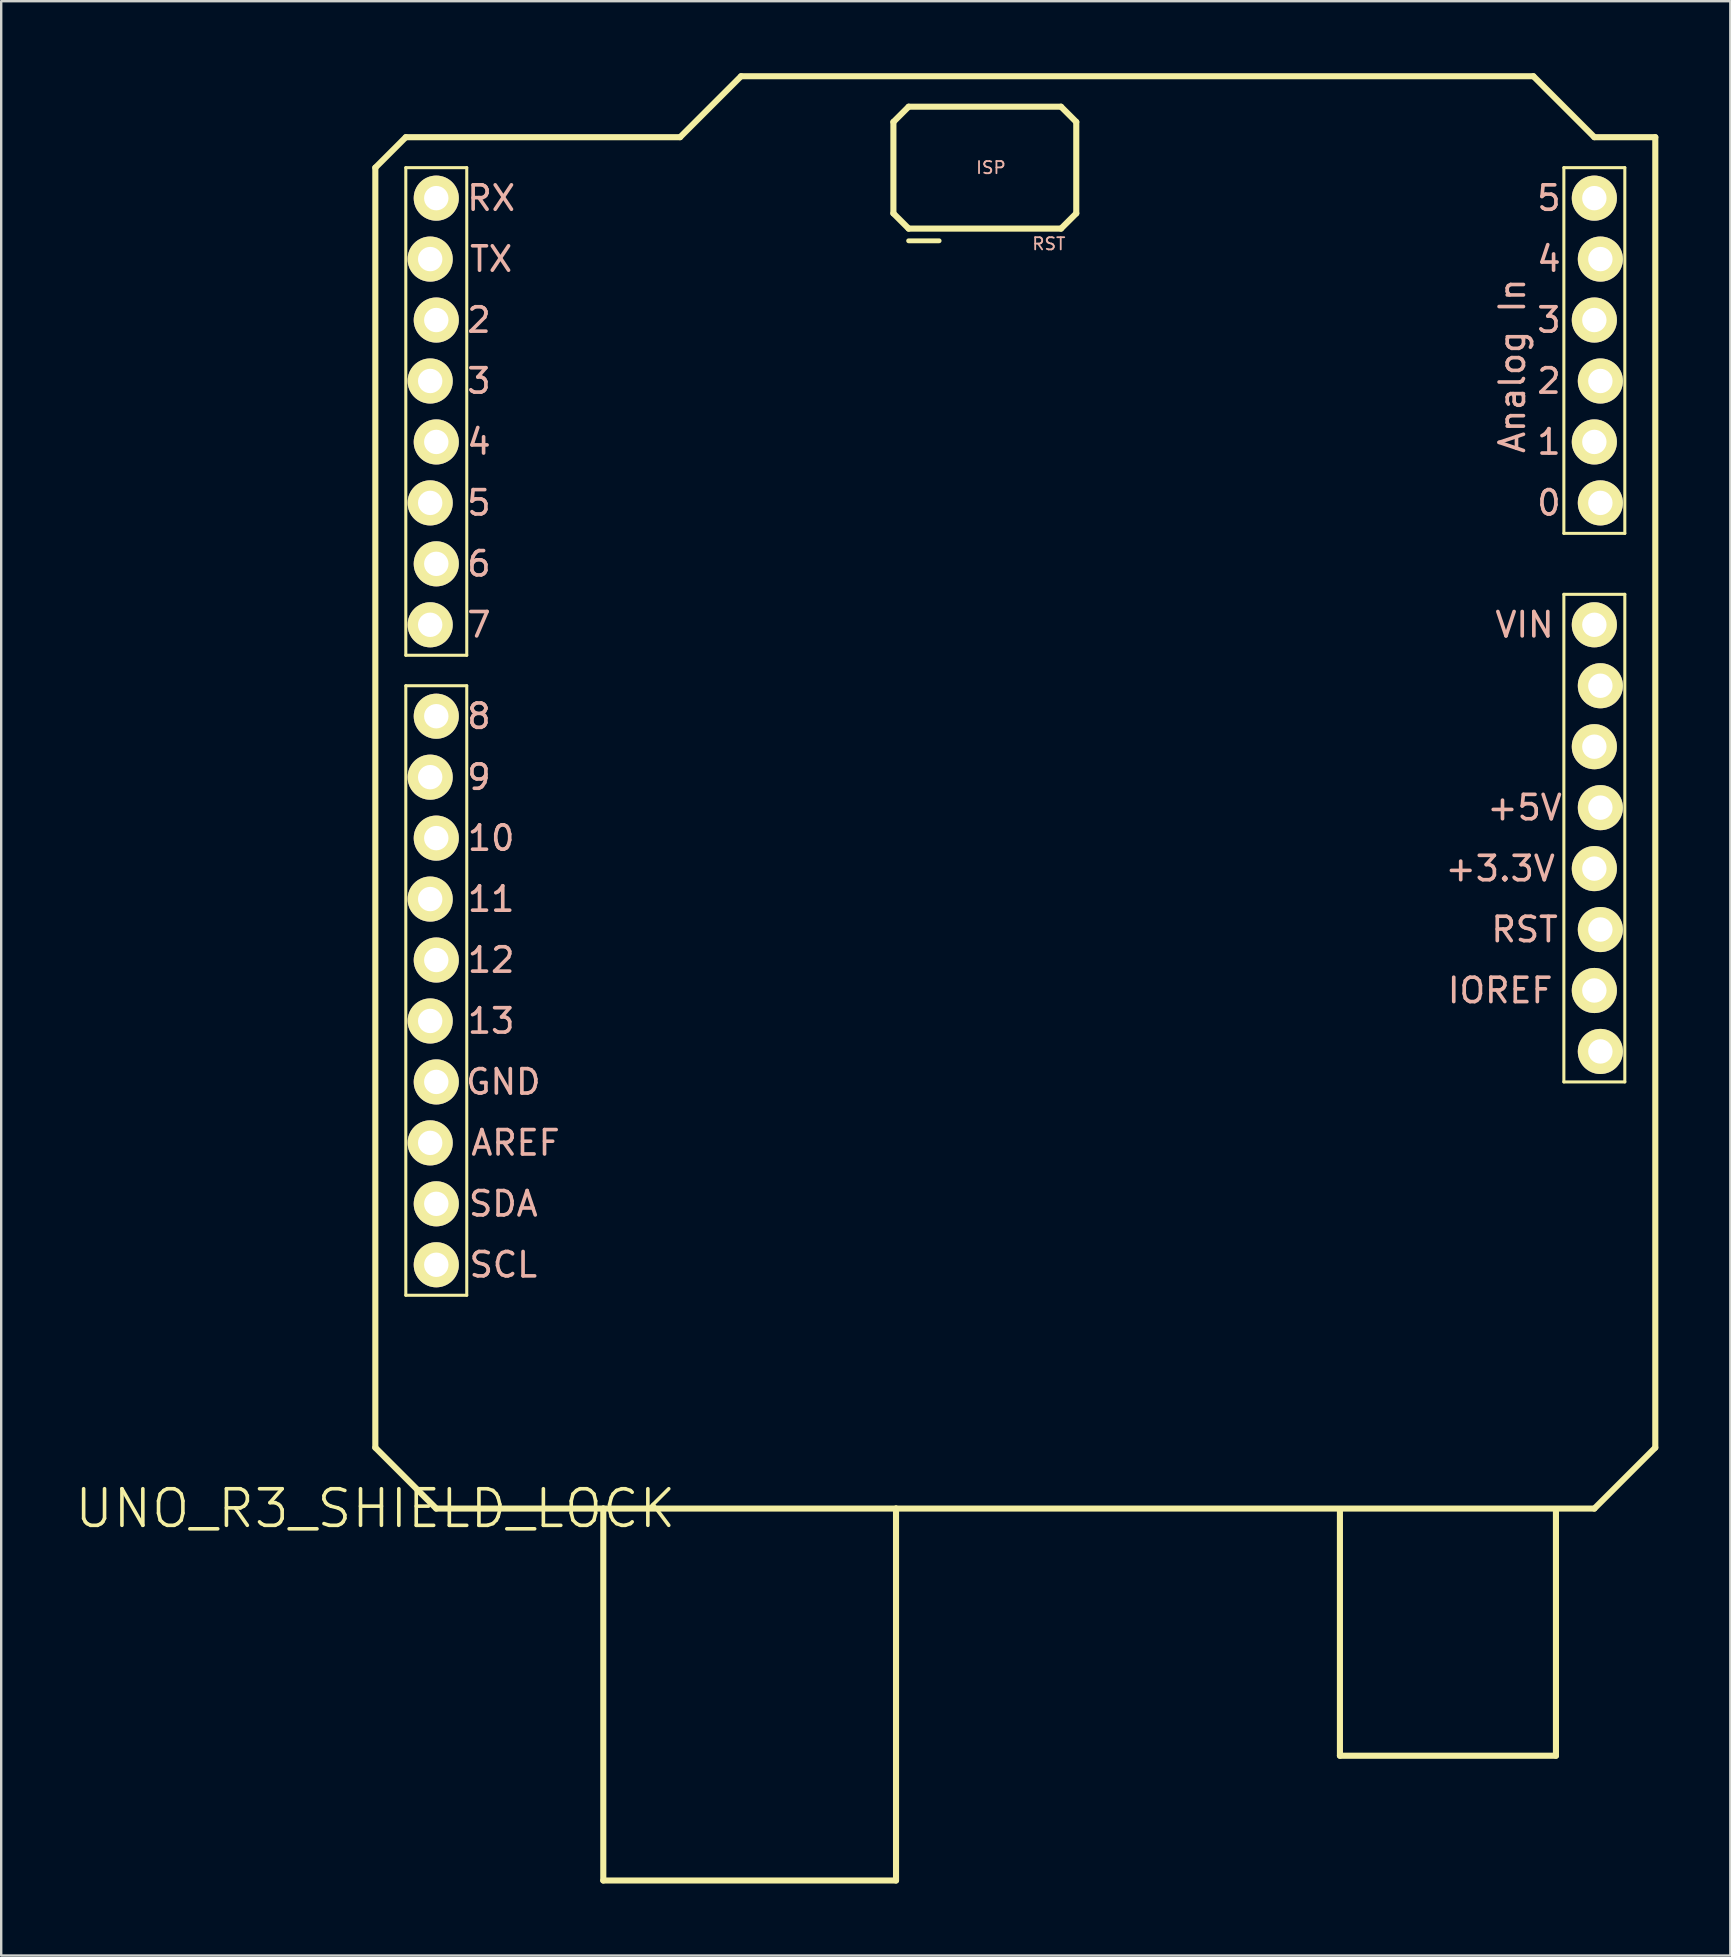
<source format=kicad_pcb>
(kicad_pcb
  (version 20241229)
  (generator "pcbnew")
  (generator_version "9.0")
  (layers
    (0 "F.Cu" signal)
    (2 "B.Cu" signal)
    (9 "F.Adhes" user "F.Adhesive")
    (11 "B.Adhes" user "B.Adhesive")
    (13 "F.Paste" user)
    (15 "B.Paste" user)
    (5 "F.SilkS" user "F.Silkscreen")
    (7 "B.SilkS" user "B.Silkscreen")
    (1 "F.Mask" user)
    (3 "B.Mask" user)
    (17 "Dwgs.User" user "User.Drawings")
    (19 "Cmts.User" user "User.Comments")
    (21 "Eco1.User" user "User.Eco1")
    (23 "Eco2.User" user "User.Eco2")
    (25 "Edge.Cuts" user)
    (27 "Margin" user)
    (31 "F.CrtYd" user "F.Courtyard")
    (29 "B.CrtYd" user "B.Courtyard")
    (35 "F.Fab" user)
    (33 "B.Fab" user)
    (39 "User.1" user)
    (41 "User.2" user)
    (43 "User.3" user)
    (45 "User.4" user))
  (footprint "UNO_R3_SHIELD_LOCK"
    (layer "F.Cu")
    (at 12.591 59.817)
    (property "Reference" "UNO_R3_SHIELD_LOCK" (at 0 0 0) (layer "F.SilkS") (effects (font (size 1.524 1.524) (thickness 0.15))))
    (attr exclude_from_pos_files exclude_from_bom)
    (fp_line (start 0 -55.88) (end 0 -2.54) (stroke (width 0.254) (type solid)) (layer "F.SilkS"))
    (fp_line (start 0 -2.54) (end 2.54 0) (stroke (width 0.254) (type solid)) (layer "F.SilkS"))
    (fp_line (start 1.27 -57.15) (end 0 -55.88) (stroke (width 0.254) (type solid)) (layer "F.SilkS"))
    (fp_line (start 1.27 -55.88) (end 3.81 -55.88) (stroke (width 0.127) (type solid)) (layer "F.SilkS"))
    (fp_line (start 1.27 -35.56) (end 1.27 -55.88) (stroke (width 0.127) (type solid)) (layer "F.SilkS"))
    (fp_line (start 1.27 -34.29) (end 3.81 -34.29) (stroke (width 0.127) (type solid)) (layer "F.SilkS"))
    (fp_line (start 1.27 -8.89) (end 1.27 -34.29) (stroke (width 0.127) (type solid)) (layer "F.SilkS"))
    (fp_line (start 2.54 0) (end 9.5 0) (stroke (width 0.254) (type solid)) (layer "F.SilkS"))
    (fp_line (start 3.81 -55.88) (end 3.81 -35.56) (stroke (width 0.127) (type solid)) (layer "F.SilkS"))
    (fp_line (start 3.81 -35.56) (end 1.27 -35.56) (stroke (width 0.127) (type solid)) (layer "F.SilkS"))
    (fp_line (start 3.81 -34.29) (end 3.81 -8.89) (stroke (width 0.127) (type solid)) (layer "F.SilkS"))
    (fp_line (start 3.81 -8.89) (end 1.27 -8.89) (stroke (width 0.127) (type solid)) (layer "F.SilkS"))
    (fp_line (start 9.5 0) (end 21.699 0) (stroke (width 0.254) (type solid)) (layer "F.SilkS"))
    (fp_line (start 9.5 15.499) (end 9.5 0) (stroke (width 0.254) (type solid)) (layer "F.SilkS"))
    (fp_line (start 9.5 15.499) (end 21.699 15.499) (stroke (width 0.254) (type solid)) (layer "F.SilkS"))
    (fp_line (start 12.7 -57.15) (end 1.27 -57.15) (stroke (width 0.254) (type solid)) (layer "F.SilkS"))
    (fp_line (start 15.24 -59.69) (end 12.7 -57.15) (stroke (width 0.254) (type solid)) (layer "F.SilkS"))
    (fp_line (start 21.59 -57.785) (end 22.225 -58.42) (stroke (width 0.254) (type solid)) (layer "F.SilkS"))
    (fp_line (start 21.59 -53.975) (end 21.59 -57.785) (stroke (width 0.254) (type solid)) (layer "F.SilkS"))
    (fp_line (start 21.699 0) (end 50.8 0) (stroke (width 0.254) (type solid)) (layer "F.SilkS"))
    (fp_line (start 21.699 15.499) (end 21.699 0) (stroke (width 0.254) (type solid)) (layer "F.SilkS"))
    (fp_line (start 22.225 -58.42) (end 28.575 -58.42) (stroke (width 0.254) (type solid)) (layer "F.SilkS"))
    (fp_line (start 22.225 -53.34) (end 21.59 -53.975) (stroke (width 0.254) (type solid)) (layer "F.SilkS"))
    (fp_line (start 23.495 -52.832) (end 22.225 -52.832) (stroke (width 0.203) (type solid)) (layer "F.SilkS"))
    (fp_line (start 28.575 -58.42) (end 29.21 -57.785) (stroke (width 0.254) (type solid)) (layer "F.SilkS"))
    (fp_line (start 28.575 -53.34) (end 22.225 -53.34) (stroke (width 0.254) (type solid)) (layer "F.SilkS"))
    (fp_line (start 29.21 -57.785) (end 29.21 -53.975) (stroke (width 0.254) (type solid)) (layer "F.SilkS"))
    (fp_line (start 29.21 -53.975) (end 28.575 -53.34) (stroke (width 0.254) (type solid)) (layer "F.SilkS"))
    (fp_line (start 40.198 10.3) (end 40.198 0.099) (stroke (width 0.254) (type solid)) (layer "F.SilkS"))
    (fp_line (start 40.198 10.3) (end 49.2 10.3) (stroke (width 0.254) (type solid)) (layer "F.SilkS"))
    (fp_line (start 48.26 -59.69) (end 15.24 -59.69) (stroke (width 0.254) (type solid)) (layer "F.SilkS"))
    (fp_line (start 49.2 10.3) (end 49.2 0.099) (stroke (width 0.254) (type solid)) (layer "F.SilkS"))
    (fp_line (start 49.53 -55.88) (end 52.07 -55.88) (stroke (width 0.127) (type solid)) (layer "F.SilkS"))
    (fp_line (start 49.53 -40.64) (end 49.53 -55.88) (stroke (width 0.127) (type solid)) (layer "F.SilkS"))
    (fp_line (start 49.53 -38.1) (end 49.53 -17.78) (stroke (width 0.127) (type solid)) (layer "F.SilkS"))
    (fp_line (start 49.53 -17.78) (end 52.07 -17.78) (stroke (width 0.127) (type solid)) (layer "F.SilkS"))
    (fp_line (start 50.8 -57.15) (end 48.26 -59.69) (stroke (width 0.254) (type solid)) (layer "F.SilkS"))
    (fp_line (start 50.8 0) (end 53.34 -2.54) (stroke (width 0.254) (type solid)) (layer "F.SilkS"))
    (fp_line (start 52.07 -55.88) (end 52.07 -40.64) (stroke (width 0.127) (type solid)) (layer "F.SilkS"))
    (fp_line (start 52.07 -40.64) (end 49.53 -40.64) (stroke (width 0.127) (type solid)) (layer "F.SilkS"))
    (fp_line (start 52.07 -38.1) (end 49.53 -38.1) (stroke (width 0.127) (type solid)) (layer "F.SilkS"))
    (fp_line (start 52.07 -17.78) (end 52.07 -38.1) (stroke (width 0.127) (type solid)) (layer "F.SilkS"))
    (fp_line (start 53.34 -57.15) (end 50.8 -57.15) (stroke (width 0.254) (type solid)) (layer "F.SilkS"))
    (fp_line (start 53.34 -2.54) (end 53.34 -57.15) (stroke (width 0.254) (type solid)) (layer "F.SilkS"))
    (fp_text user "4" (at 48.908 -52.07 180) (layer "B.SilkS") (effects (font (size 1.016 1.016) (thickness 0.152))))
    (fp_text user "+3.3V" (at 46.876 -26.67 180) (layer "B.SilkS") (effects (font (size 1.016 1.016) (thickness 0.152))))
    (fp_text user "3" (at 48.908 -49.53 180) (layer "B.SilkS") (effects (font (size 1.016 1.016) (thickness 0.152))))
    (fp_text user "1" (at 48.908 -44.45 180) (layer "B.SilkS") (effects (font (size 1.016 1.016) (thickness 0.152))))
    (fp_text user "2" (at 4.318 -49.53 0) (layer "B.SilkS") (effects (font (size 1.016 1.016) (thickness 0.152))))
    (fp_text user "AREF" (at 5.842 -15.24 0) (layer "B.SilkS") (effects (font (size 1.016 1.016) (thickness 0.152))))
    (fp_text user "3" (at 4.318 -46.99 0) (layer "B.SilkS") (effects (font (size 1.016 1.016) (thickness 0.152))))
    (fp_text user "12" (at 4.826 -22.86 0) (layer "B.SilkS") (effects (font (size 1.016 1.016) (thickness 0.152))))
    (fp_text user "5" (at 48.908 -54.61 180) (layer "B.SilkS") (effects (font (size 1.016 1.016) (thickness 0.152))))
    (fp_text user "VIN" (at 47.892 -36.83 180) (layer "B.SilkS") (effects (font (size 1.016 1.016) (thickness 0.152))))
    (fp_text user "+5V" (at 47.892 -29.21 180) (layer "B.SilkS") (effects (font (size 1.016 1.016) (thickness 0.152))))
    (fp_text user "9" (at 4.318 -30.48 0) (layer "B.SilkS") (effects (font (size 1.016 1.016) (thickness 0.152))))
    (fp_text user "2" (at 48.908 -46.99 180) (layer "B.SilkS") (effects (font (size 1.016 1.016) (thickness 0.152))))
    (fp_text user "IOREF" (at 46.876 -21.59 180) (layer "B.SilkS") (effects (font (size 1.016 1.016) (thickness 0.152))))
    (fp_text user "4" (at 4.318 -44.45 0) (layer "B.SilkS") (effects (font (size 1.016 1.016) (thickness 0.152))))
    (fp_text user "Analog In" (at 47.384 -47.625 270) (layer "B.SilkS") (effects (font (size 1.016 1.016) (thickness 0.152))))
    (fp_text user "6" (at 4.318 -39.37 0) (layer "B.SilkS") (effects (font (size 1.016 1.016) (thickness 0.152))))
    (fp_text user "10" (at 4.826 -27.94 0) (layer "B.SilkS") (effects (font (size 1.016 1.016) (thickness 0.152))))
    (fp_text user "13" (at 4.826 -20.32 0) (layer "B.SilkS") (effects (font (size 1.016 1.016) (thickness 0.152))))
    (fp_text user "RX" (at 4.826 -54.61 0) (layer "B.SilkS") (effects (font (size 1.016 1.016) (thickness 0.152))))
    (fp_text user "SCL" (at 5.334 -10.16 0) (layer "B.SilkS") (effects (font (size 1.016 1.016) (thickness 0.152))))
    (fp_text user "5" (at 4.318 -41.91 0) (layer "B.SilkS") (effects (font (size 1.016 1.016) (thickness 0.152))))
    (fp_text user "7" (at 4.318 -36.83 0) (layer "B.SilkS") (effects (font (size 1.016 1.016) (thickness 0.152))))
    (fp_text user "0" (at 48.908 -41.91 180) (layer "B.SilkS") (effects (font (size 1.016 1.016) (thickness 0.152))))
    (fp_text user "RST" (at 47.892 -24.13 180) (layer "B.SilkS") (effects (font (size 1.016 1.016) (thickness 0.152))))
    (fp_text user "SDA" (at 5.334 -12.7 0) (layer "B.SilkS") (effects (font (size 1.016 1.016) (thickness 0.152))))
    (fp_text user "ISP" (at 25.654 -55.88 0) (layer "B.SilkS") (effects (font (size 0.508 0.508) (thickness 0.076))))
    (fp_text user "GND" (at 5.334 -17.78 0) (layer "B.SilkS") (effects (font (size 1.016 1.016) (thickness 0.152))))
    (fp_text user "8" (at 4.318 -33.02 0) (layer "B.SilkS") (effects (font (size 1.016 1.016) (thickness 0.152))))
    (fp_text user "TX" (at 4.826 -52.07 0) (layer "B.SilkS") (effects (font (size 1.016 1.016) (thickness 0.152))))
    (fp_text user "11" (at 4.826 -25.4 0) (layer "B.SilkS") (effects (font (size 1.016 1.016) (thickness 0.152))))
    (fp_text user "RST" (at 28.067 -52.705 0) (layer "B.SilkS") (effects (font (size 0.508 0.508) (thickness 0.076))))
    (pad "3.3V" thru_hole circle (at 50.8 -26.67) (size 1.88 1.88) (drill 1.016) (layers "*.Cu" "F.Mask" "F.SilkS" "F.Paste"))
    (pad "5V" thru_hole circle (at 51.051 -29.21) (size 1.88 1.88) (drill 1.016) (layers "*.Cu" "F.Mask" "F.SilkS" "F.Paste"))
    (pad "A0" thru_hole circle (at 51.051 -41.91) (size 1.88 1.88) (drill 1.016) (layers "*.Cu" "F.Mask" "F.SilkS" "F.Paste"))
    (pad "A1" thru_hole circle (at 50.8 -44.45) (size 1.88 1.88) (drill 1.016) (layers "*.Cu" "F.Mask" "F.SilkS" "F.Paste"))
    (pad "A2" thru_hole circle (at 51.051 -46.99) (size 1.88 1.88) (drill 1.016) (layers "*.Cu" "F.Mask" "F.SilkS" "F.Paste"))
    (pad "A3" thru_hole circle (at 50.8 -49.53) (size 1.88 1.88) (drill 1.016) (layers "*.Cu" "F.Mask" "F.SilkS" "F.Paste"))
    (pad "A4" thru_hole circle (at 51.051 -52.07) (size 1.88 1.88) (drill 1.016) (layers "*.Cu" "F.Mask" "F.SilkS" "F.Paste"))
    (pad "A5" thru_hole circle (at 50.8 -54.61) (size 1.88 1.88) (drill 1.016) (layers "*.Cu" "F.Mask" "F.SilkS" "F.Paste"))
    (pad "AREF" thru_hole circle (at 2.286 -15.24) (size 1.88 1.88) (drill 1.016) (layers "*.Cu" "F.Mask" "F.SilkS" "F.Paste"))
    (pad "D2" thru_hole circle (at 2.54 -49.53) (size 1.88 1.88) (drill 1.016) (layers "*.Cu" "F.Mask" "F.SilkS" "F.Paste"))
    (pad "D3" thru_hole circle (at 2.286 -46.99) (size 1.88 1.88) (drill 1.016) (layers "*.Cu" "F.Mask" "F.SilkS" "F.Paste"))
    (pad "D4" thru_hole circle (at 2.54 -44.45) (size 1.88 1.88) (drill 1.016) (layers "*.Cu" "F.Mask" "F.SilkS" "F.Paste"))
    (pad "D5" thru_hole circle (at 2.286 -41.91) (size 1.88 1.88) (drill 1.016) (layers "*.Cu" "F.Mask" "F.SilkS" "F.Paste"))
    (pad "D6" thru_hole circle (at 2.54 -39.37) (size 1.88 1.88) (drill 1.016) (layers "*.Cu" "F.Mask" "F.SilkS" "F.Paste"))
    (pad "D7" thru_hole circle (at 2.286 -36.83) (size 1.88 1.88) (drill 1.016) (layers "*.Cu" "F.Mask" "F.SilkS" "F.Paste"))
    (pad "D8" thru_hole circle (at 2.54 -33.02) (size 1.88 1.88) (drill 1.016) (layers "*.Cu" "F.Mask" "F.SilkS" "F.Paste"))
    (pad "D9" thru_hole circle (at 2.286 -30.48) (size 1.88 1.88) (drill 1.016) (layers "*.Cu" "F.Mask" "F.SilkS" "F.Paste"))
    (pad "D10" thru_hole circle (at 2.54 -27.94) (size 1.88 1.88) (drill 1.016) (layers "*.Cu" "F.Mask" "F.SilkS" "F.Paste"))
    (pad "D11" thru_hole circle (at 2.286 -25.4) (size 1.88 1.88) (drill 1.016) (layers "*.Cu" "F.Mask" "F.SilkS" "F.Paste"))
    (pad "D12" thru_hole circle (at 2.54 -22.86) (size 1.88 1.88) (drill 1.016) (layers "*.Cu" "F.Mask" "F.SilkS" "F.Paste"))
    (pad "D13" thru_hole circle (at 2.286 -20.32) (size 1.88 1.88) (drill 1.016) (layers "*.Cu" "F.Mask" "F.SilkS" "F.Paste"))
    (pad "GND@" thru_hole circle (at 2.54 -17.78) (size 1.88 1.88) (drill 1.016) (layers "*.Cu" "F.Mask" "F.SilkS" "F.Paste"))
    (pad "GND@" thru_hole circle (at 50.8 -31.75) (size 1.88 1.88) (drill 1.016) (layers "*.Cu" "F.Mask" "F.SilkS" "F.Paste"))
    (pad "GND@" thru_hole circle (at 51.051 -34.29) (size 1.88 1.88) (drill 1.016) (layers "*.Cu" "F.Mask" "F.SilkS" "F.Paste"))
    (pad "IORE" thru_hole circle (at 50.8 -21.59) (size 1.88 1.88) (drill 1.016) (layers "*.Cu" "F.Mask" "F.SilkS" "F.Paste"))
    (pad "NC" thru_hole circle (at 51.051 -19.05) (size 1.88 1.88) (drill 1.016) (layers "*.Cu" "F.Mask" "F.SilkS" "F.Paste"))
    (pad "RES" thru_hole circle (at 51.051 -24.13) (size 1.88 1.88) (drill 1.016) (layers "*.Cu" "F.Mask" "F.SilkS" "F.Paste"))
    (pad "RX" thru_hole circle (at 2.54 -54.61) (size 1.88 1.88) (drill 1.016) (layers "*.Cu" "F.Mask" "F.SilkS" "F.Paste"))
    (pad "SCL" thru_hole circle (at 2.54 -10.16) (size 1.88 1.88) (drill 1.016) (layers "*.Cu" "F.Mask" "F.SilkS" "F.Paste"))
    (pad "SDA" thru_hole circle (at 2.54 -12.7) (size 1.88 1.88) (drill 1.016) (layers "*.Cu" "F.Mask" "F.SilkS" "F.Paste"))
    (pad "TX" thru_hole circle (at 2.286 -52.07) (size 1.88 1.88) (drill 1.016) (layers "*.Cu" "F.Mask" "F.SilkS" "F.Paste"))
    (pad "VIN" thru_hole circle (at 50.8 -36.83) (size 1.88 1.88) (drill 1.016) (layers "*.Cu" "F.Mask" "F.SilkS" "F.Paste")))
  (gr_rect
    (start -3 -3)
    (end 69.058 78.443)
    (stroke (width 0.1) (type default))
    (fill no)
    (layer "Edge.Cuts")))
</source>
